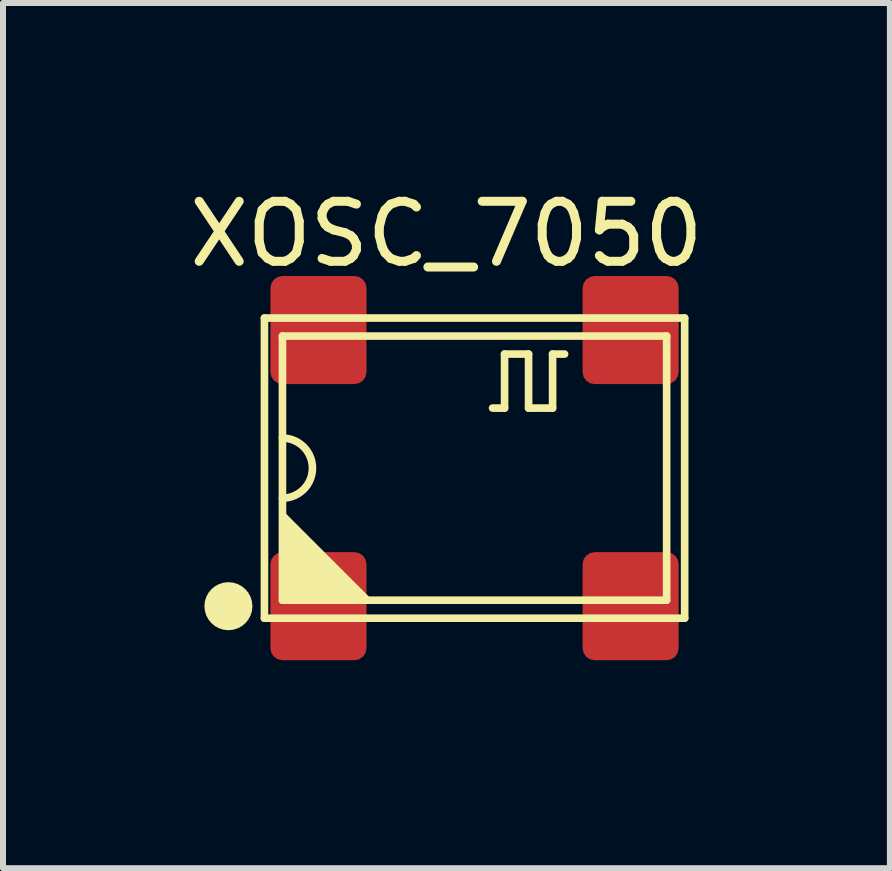
<source format=kicad_pcb>
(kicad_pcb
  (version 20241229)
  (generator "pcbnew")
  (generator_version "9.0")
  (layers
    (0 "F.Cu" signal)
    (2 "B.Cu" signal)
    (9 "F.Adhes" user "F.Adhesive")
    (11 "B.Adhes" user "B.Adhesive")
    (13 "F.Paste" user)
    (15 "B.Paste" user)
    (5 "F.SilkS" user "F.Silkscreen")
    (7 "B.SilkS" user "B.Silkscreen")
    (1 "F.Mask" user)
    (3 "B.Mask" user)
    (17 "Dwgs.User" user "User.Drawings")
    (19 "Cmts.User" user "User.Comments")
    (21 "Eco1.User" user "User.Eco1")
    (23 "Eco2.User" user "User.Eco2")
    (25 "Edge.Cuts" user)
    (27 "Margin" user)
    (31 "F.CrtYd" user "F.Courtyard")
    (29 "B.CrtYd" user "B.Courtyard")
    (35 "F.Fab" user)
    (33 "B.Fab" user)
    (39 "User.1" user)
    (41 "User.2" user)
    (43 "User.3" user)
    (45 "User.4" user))
  (footprint "XOSC_7050"
    (layer "F.Cu")
    (at 4.855 4.748)
    (property "Reference" "XOSC_7050" (at -0.468 -3.9 0) (layer "F.SilkS") (effects (font (size 1 1) (thickness 0.15))))
    (fp_line (start -3.5 -2.5) (end 3.5 -2.5) (stroke (width 0.127) (type solid)) (layer "F.SilkS"))
    (fp_line (start -3.5 2.5) (end -3.5 -2.5) (stroke (width 0.127) (type solid)) (layer "F.SilkS"))
    (fp_line (start -3.5 2.5) (end 3.5 2.5) (stroke (width 0.127) (type solid)) (layer "F.SilkS"))
    (fp_line (start -3.2 -2.2) (end 3.2 -2.2) (stroke (width 0.127) (type solid)) (layer "F.SilkS"))
    (fp_line (start -3.2 2.2) (end -3.2 -2.2) (stroke (width 0.127) (type solid)) (layer "F.SilkS"))
    (fp_line (start -3.2 2.2) (end 3.2 2.2) (stroke (width 0.127) (type solid)) (layer "F.SilkS"))
    (fp_line (start 0.3 -1) (end 0.5 -1) (stroke (width 0.127) (type solid)) (layer "F.SilkS"))
    (fp_line (start 0.5 -1.9) (end 0.9 -1.9) (stroke (width 0.127) (type solid)) (layer "F.SilkS"))
    (fp_line (start 0.5 -1) (end 0.5 -1.9) (stroke (width 0.127) (type solid)) (layer "F.SilkS"))
    (fp_line (start 0.9 -1) (end 0.9 -1.9) (stroke (width 0.127) (type solid)) (layer "F.SilkS"))
    (fp_line (start 0.9 -1) (end 1.3 -1) (stroke (width 0.127) (type solid)) (layer "F.SilkS"))
    (fp_line (start 1.3 -1.9) (end 1.5 -1.9) (stroke (width 0.127) (type solid)) (layer "F.SilkS"))
    (fp_line (start 1.3 -1) (end 1.3 -1.9) (stroke (width 0.127) (type solid)) (layer "F.SilkS"))
    (fp_line (start 3.2 2.2) (end 3.2 -2.2) (stroke (width 0.127) (type solid)) (layer "F.SilkS"))
    (fp_line (start 3.5 2.5) (end 3.5 -2.5) (stroke (width 0.127) (type solid)) (layer "F.SilkS"))
    (fp_arc (start -3.2 -0.5) (mid -2.7 0) (end -3.2 0.5) (stroke (width 0.127) (type solid)) (layer "F.SilkS"))
    (fp_circle (center -4.1 2.3) (end -4.1 2.1) (stroke (width 0.4) (type solid)) (fill no) (layer "F.SilkS"))
    (fp_poly (pts (xy -3.2 0.7) (xy -1.7 2.2) (xy -3.2 2.2)) (stroke (width 0) (type default)) (fill yes) (layer "F.SilkS"))
    (fp_line (start -3.8 -3.6) (end 3.8 -3.6) (stroke (width 0.127) (type solid)) (layer "Eco2.User"))
    (fp_line (start -3.8 3.1) (end -3.3 3.6) (stroke (width 0.127) (type solid)) (layer "Eco2.User"))
    (fp_line (start -3.8 3.3) (end -3.8 3.1) (stroke (width 0.127) (type solid)) (layer "Eco2.User"))
    (fp_line (start -3.8 3.6) (end -3.8 -3.6) (stroke (width 0.127) (type solid)) (layer "Eco2.User"))
    (fp_line (start -3.8 3.6) (end 0.9 3.6) (stroke (width 0.127) (type solid)) (layer "Eco2.User"))
    (fp_line (start -3.3 3.6) (end -3.2 3.6) (stroke (width 0.127) (type solid)) (layer "Eco2.User"))
    (fp_line (start 0.9 3.6) (end 3.8 3.6) (stroke (width 0.127) (type solid)) (layer "Eco2.User"))
    (fp_line (start 3.8 3.6) (end 3.8 -3.6) (stroke (width 0.127) (type solid)) (layer "Eco2.User"))
    (fp_circle (center 0 0) (end 0 -0.1) (stroke (width 0.4) (type solid)) (fill no) (layer "Eco2.User"))
    (pad "1" smd roundrect (at -2.6 2.3) (size 1.6 1.8) (layers "F.Cu" "F.Mask" "F.Paste") (roundrect_rratio 0.125))
    (pad "2" smd roundrect (at 2.6 2.3) (size 1.6 1.8) (layers "F.Cu" "F.Mask" "F.Paste") (roundrect_rratio 0.125))
    (pad "3" smd roundrect (at 2.6 -2.3) (size 1.6 1.8) (layers "F.Cu" "F.Mask" "F.Paste") (roundrect_rratio 0.125))
    (pad "4" smd roundrect (at -2.6 -2.3) (size 1.6 1.8) (layers "F.Cu" "F.Mask" "F.Paste") (roundrect_rratio 0.125)))
  (gr_rect
    (start -3 -3)
    (end 11.774 11.412)
    (stroke (width 0.1) (type default))
    (fill no)
    (layer "Edge.Cuts")))
</source>
